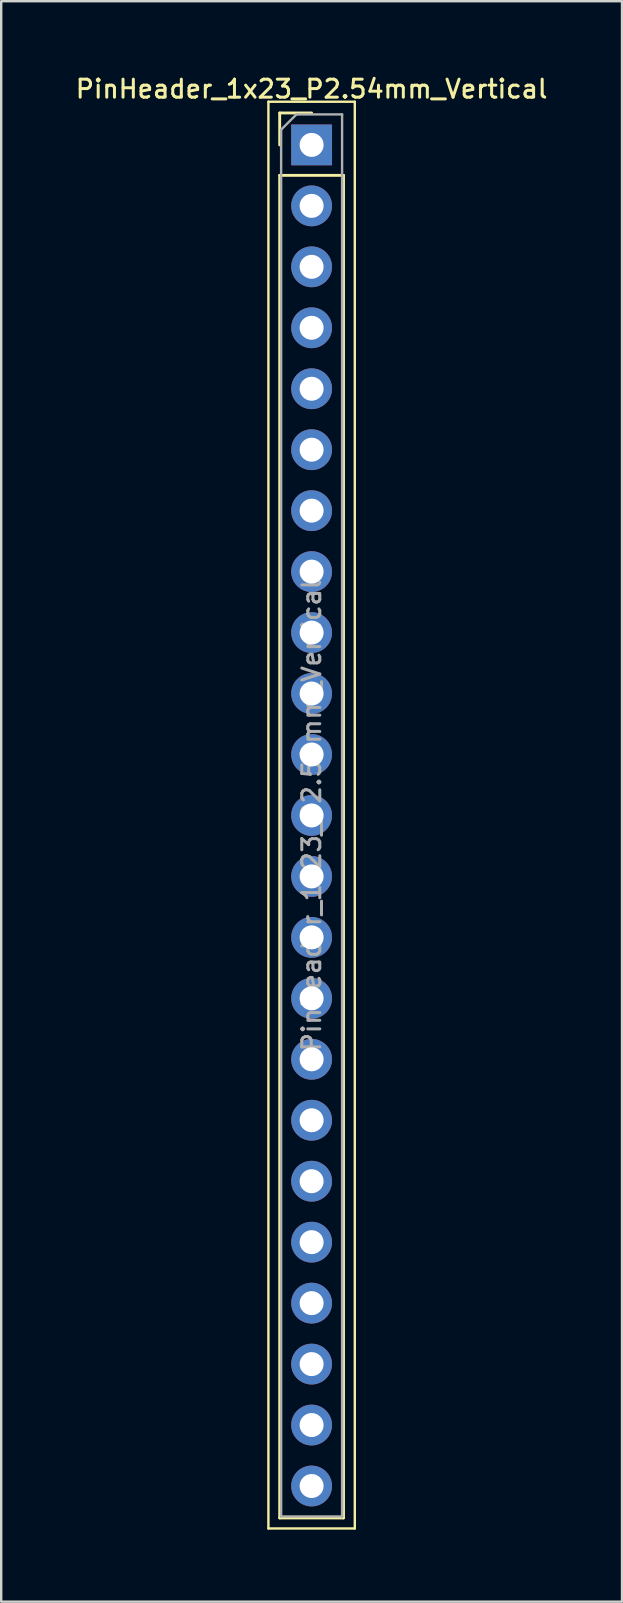
<source format=kicad_pcb>
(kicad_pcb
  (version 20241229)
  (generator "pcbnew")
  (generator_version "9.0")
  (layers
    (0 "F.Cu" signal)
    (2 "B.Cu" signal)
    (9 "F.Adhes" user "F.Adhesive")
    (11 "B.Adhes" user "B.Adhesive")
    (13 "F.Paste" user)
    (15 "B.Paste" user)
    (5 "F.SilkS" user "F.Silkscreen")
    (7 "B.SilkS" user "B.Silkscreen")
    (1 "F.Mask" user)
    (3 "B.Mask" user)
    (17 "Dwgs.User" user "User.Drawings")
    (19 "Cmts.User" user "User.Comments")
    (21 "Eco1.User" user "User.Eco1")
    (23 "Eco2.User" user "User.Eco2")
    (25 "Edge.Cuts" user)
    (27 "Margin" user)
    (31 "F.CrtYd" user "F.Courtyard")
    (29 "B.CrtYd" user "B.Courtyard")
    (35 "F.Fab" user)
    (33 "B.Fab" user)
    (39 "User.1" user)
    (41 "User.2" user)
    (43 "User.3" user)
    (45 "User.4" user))
  (footprint "PinHeader_1x23_P2.54mm_Vertical"
    (layer "F.Cu")
    (at 9.934 2.988)
    (property "Reference" "PinHeader_1x23_P2.54mm_Vertical" (at 0 -2.33 0) (layer "F.SilkS") (effects (font (size 0.75 0.75) (thickness 0.125))))
    (attr through_hole)
    (fp_line (start -1.8 -1.8) (end -1.8 57.65) (stroke (width 0.1) (type solid)) (layer "F.SilkS"))
    (fp_line (start -1.8 57.65) (end 1.8 57.65) (stroke (width 0.1) (type solid)) (layer "F.SilkS"))
    (fp_line (start -1.33 -1.33) (end 0 -1.33) (stroke (width 0.12) (type solid)) (layer "F.SilkS"))
    (fp_line (start -1.33 0) (end -1.33 -1.33) (stroke (width 0.12) (type solid)) (layer "F.SilkS"))
    (fp_line (start -1.33 1.27) (end -1.33 57.21) (stroke (width 0.12) (type solid)) (layer "F.SilkS"))
    (fp_line (start -1.33 1.27) (end 1.33 1.27) (stroke (width 0.12) (type solid)) (layer "F.SilkS"))
    (fp_line (start -1.33 57.21) (end 1.33 57.21) (stroke (width 0.12) (type solid)) (layer "F.SilkS"))
    (fp_line (start 1.33 1.27) (end 1.33 57.21) (stroke (width 0.12) (type solid)) (layer "F.SilkS"))
    (fp_line (start 1.8 -1.8) (end -1.8 -1.8) (stroke (width 0.1) (type solid)) (layer "F.SilkS"))
    (fp_line (start 1.8 57.65) (end 1.8 -1.8) (stroke (width 0.1) (type solid)) (layer "F.SilkS"))
    (fp_line (start -1.27 -0.635) (end -0.635 -1.27) (stroke (width 0.1) (type solid)) (layer "F.Fab"))
    (fp_line (start -1.27 57.15) (end -1.27 -0.635) (stroke (width 0.1) (type solid)) (layer "F.Fab"))
    (fp_line (start -0.635 -1.27) (end 1.27 -1.27) (stroke (width 0.1) (type solid)) (layer "F.Fab"))
    (fp_line (start 1.27 -1.27) (end 1.27 57.15) (stroke (width 0.1) (type solid)) (layer "F.Fab"))
    (fp_line (start 1.27 57.15) (end -1.27 57.15) (stroke (width 0.1) (type solid)) (layer "F.Fab"))
    (fp_text user "${REFERENCE}" (at 0 27.94 90) (layer "F.Fab") (effects (font (size 0.75 0.75) (thickness 0.125))))
    (pad "1" thru_hole rect (at 0 0) (size 1.7 1.7) (drill 1) (layers "*.Cu" "*.Mask"))
    (pad "2" thru_hole oval (at 0 2.54) (size 1.7 1.7) (drill 1) (layers "*.Cu" "*.Mask"))
    (pad "3" thru_hole oval (at 0 5.08) (size 1.7 1.7) (drill 1) (layers "*.Cu" "*.Mask"))
    (pad "4" thru_hole oval (at 0 7.62) (size 1.7 1.7) (drill 1) (layers "*.Cu" "*.Mask"))
    (pad "5" thru_hole oval (at 0 10.16) (size 1.7 1.7) (drill 1) (layers "*.Cu" "*.Mask"))
    (pad "6" thru_hole oval (at 0 12.7) (size 1.7 1.7) (drill 1) (layers "*.Cu" "*.Mask"))
    (pad "7" thru_hole oval (at 0 15.24) (size 1.7 1.7) (drill 1) (layers "*.Cu" "*.Mask"))
    (pad "8" thru_hole oval (at 0 17.78) (size 1.7 1.7) (drill 1) (layers "*.Cu" "*.Mask"))
    (pad "9" thru_hole oval (at 0 20.32) (size 1.7 1.7) (drill 1) (layers "*.Cu" "*.Mask"))
    (pad "10" thru_hole oval (at 0 22.86) (size 1.7 1.7) (drill 1) (layers "*.Cu" "*.Mask"))
    (pad "11" thru_hole oval (at 0 25.4) (size 1.7 1.7) (drill 1) (layers "*.Cu" "*.Mask"))
    (pad "12" thru_hole oval (at 0 27.94) (size 1.7 1.7) (drill 1) (layers "*.Cu" "*.Mask"))
    (pad "13" thru_hole oval (at 0 30.48) (size 1.7 1.7) (drill 1) (layers "*.Cu" "*.Mask"))
    (pad "14" thru_hole oval (at 0 33.02) (size 1.7 1.7) (drill 1) (layers "*.Cu" "*.Mask"))
    (pad "15" thru_hole oval (at 0 35.56) (size 1.7 1.7) (drill 1) (layers "*.Cu" "*.Mask"))
    (pad "16" thru_hole oval (at 0 38.1) (size 1.7 1.7) (drill 1) (layers "*.Cu" "*.Mask"))
    (pad "17" thru_hole oval (at 0 40.64) (size 1.7 1.7) (drill 1) (layers "*.Cu" "*.Mask"))
    (pad "18" thru_hole oval (at 0 43.18) (size 1.7 1.7) (drill 1) (layers "*.Cu" "*.Mask"))
    (pad "19" thru_hole oval (at 0 45.72) (size 1.7 1.7) (drill 1) (layers "*.Cu" "*.Mask"))
    (pad "20" thru_hole oval (at 0 48.26) (size 1.7 1.7) (drill 1) (layers "*.Cu" "*.Mask"))
    (pad "21" thru_hole oval (at 0 50.8) (size 1.7 1.7) (drill 1) (layers "*.Cu" "*.Mask"))
    (pad "22" thru_hole oval (at 0 53.34) (size 1.7 1.7) (drill 1) (layers "*.Cu" "*.Mask"))
    (pad "23" thru_hole oval (at 0 55.88) (size 1.7 1.7) (drill 1) (layers "*.Cu" "*.Mask")))
  (gr_rect
    (start -3 -3)
    (end 22.868 63.688)
    (stroke (width 0.1) (type default))
    (fill no)
    (layer "Edge.Cuts")))
</source>
